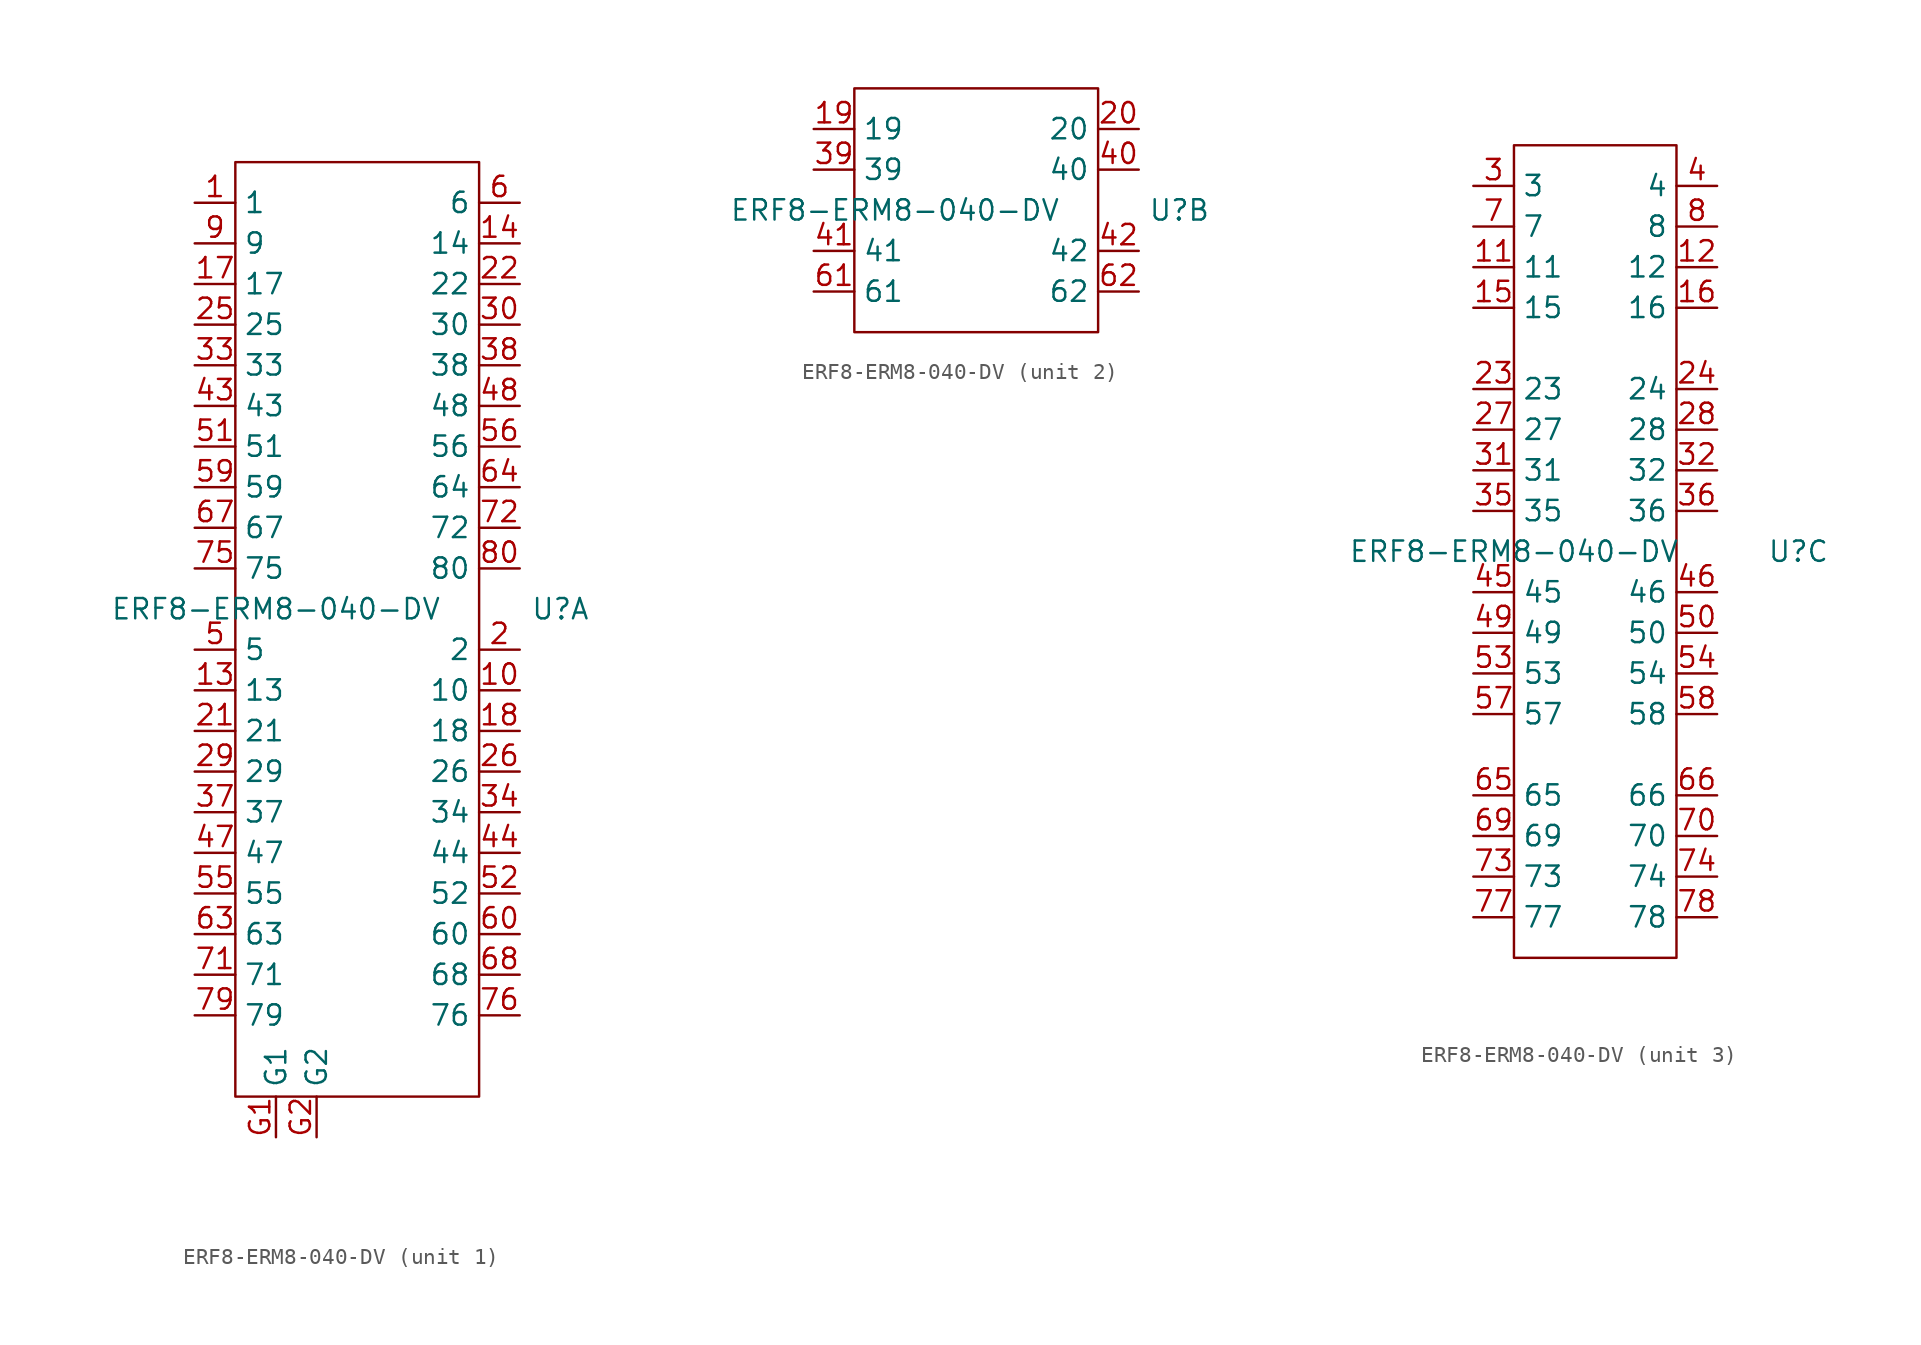
<source format=kicad_sym>
(kicad_symbol_lib
  (version 20241209)
  (generator "kicad_symbol_editor")
  (generator_version "9.0")
  (symbol "ERF8-ERM8-040-DV"
    (property "Reference" "U"
      (at 12.7 0 0)
      (effects (font (size 1.27 1.27))))
    (property "Value" "ERF8-ERM8-040-DV"
      (at -5.08 0 0)
      (effects (font (size 1.27 1.27))))
    (symbol "ERF8-ERM8-040-DV_1_1"
      (rectangle (start -7.62 27.94) (end 7.62 -30.48) (stroke (width 0) (type default)) (fill (type none)))
      (pin power_in line (at -10.16 25.4 0) (length 2.54) (name "1" (effects (font (size 1.27 1.27)))) (number "1" (effects (font (size 1.27 1.27)))))
      (pin power_in line (at -10.16 22.86 0) (length 2.54) (name "9" (effects (font (size 1.27 1.27)))) (number "9" (effects (font (size 1.27 1.27)))))
      (pin power_in line (at -10.16 20.32 0) (length 2.54) (name "17" (effects (font (size 1.27 1.27)))) (number "17" (effects (font (size 1.27 1.27)))))
      (pin power_in line (at -10.16 17.78 0) (length 2.54) (name "25" (effects (font (size 1.27 1.27)))) (number "25" (effects (font (size 1.27 1.27)))))
      (pin power_in line (at -10.16 15.24 0) (length 2.54) (name "33" (effects (font (size 1.27 1.27)))) (number "33" (effects (font (size 1.27 1.27)))))
      (pin power_in line (at -10.16 12.7 0) (length 2.54) (name "43" (effects (font (size 1.27 1.27)))) (number "43" (effects (font (size 1.27 1.27)))))
      (pin power_in line (at -10.16 10.16 0) (length 2.54) (name "51" (effects (font (size 1.27 1.27)))) (number "51" (effects (font (size 1.27 1.27)))))
      (pin power_in line (at -10.16 7.62 0) (length 2.54) (name "59" (effects (font (size 1.27 1.27)))) (number "59" (effects (font (size 1.27 1.27)))))
      (pin power_in line (at -10.16 5.08 0) (length 2.54) (name "67" (effects (font (size 1.27 1.27)))) (number "67" (effects (font (size 1.27 1.27)))))
      (pin power_in line (at -10.16 2.54 0) (length 2.54) (name "75" (effects (font (size 1.27 1.27)))) (number "75" (effects (font (size 1.27 1.27)))))
      (pin power_in line (at -10.16 -2.54 0) (length 2.54) (name "5" (effects (font (size 1.27 1.27)))) (number "5" (effects (font (size 1.27 1.27)))))
      (pin power_in line (at -10.16 -5.08 0) (length 2.54) (name "13" (effects (font (size 1.27 1.27)))) (number "13" (effects (font (size 1.27 1.27)))))
      (pin power_in line (at -10.16 -7.62 0) (length 2.54) (name "21" (effects (font (size 1.27 1.27)))) (number "21" (effects (font (size 1.27 1.27)))))
      (pin power_in line (at -10.16 -10.16 0) (length 2.54) (name "29" (effects (font (size 1.27 1.27)))) (number "29" (effects (font (size 1.27 1.27)))))
      (pin power_in line (at -10.16 -12.7 0) (length 2.54) (name "37" (effects (font (size 1.27 1.27)))) (number "37" (effects (font (size 1.27 1.27)))))
      (pin power_in line (at -10.16 -15.24 0) (length 2.54) (name "47" (effects (font (size 1.27 1.27)))) (number "47" (effects (font (size 1.27 1.27)))))
      (pin power_in line (at -10.16 -17.78 0) (length 2.54) (name "55" (effects (font (size 1.27 1.27)))) (number "55" (effects (font (size 1.27 1.27)))))
      (pin power_in line (at -10.16 -20.32 0) (length 2.54) (name "63" (effects (font (size 1.27 1.27)))) (number "63" (effects (font (size 1.27 1.27)))))
      (pin power_in line (at -10.16 -22.86 0) (length 2.54) (name "71" (effects (font (size 1.27 1.27)))) (number "71" (effects (font (size 1.27 1.27)))))
      (pin power_in line (at -10.16 -25.4 0) (length 2.54) (name "79" (effects (font (size 1.27 1.27)))) (number "79" (effects (font (size 1.27 1.27)))))
      (pin unspecified line (at -5.08 -33.02 90) (length 2.54) (name "G1" (effects (font (size 1.27 1.27)))) (number "G1" (effects (font (size 1.27 1.27)))))
      (pin unspecified line (at -2.54 -33.02 90) (length 2.54) (name "G2" (effects (font (size 1.27 1.27)))) (number "G2" (effects (font (size 1.27 1.27)))))
      (pin power_in line (at 10.16 25.4 180) (length 2.54) (name "6" (effects (font (size 1.27 1.27)))) (number "6" (effects (font (size 1.27 1.27)))))
      (pin power_in line (at 10.16 22.86 180) (length 2.54) (name "14" (effects (font (size 1.27 1.27)))) (number "14" (effects (font (size 1.27 1.27)))))
      (pin power_in line (at 10.16 20.32 180) (length 2.54) (name "22" (effects (font (size 1.27 1.27)))) (number "22" (effects (font (size 1.27 1.27)))))
      (pin power_in line (at 10.16 17.78 180) (length 2.54) (name "30" (effects (font (size 1.27 1.27)))) (number "30" (effects (font (size 1.27 1.27)))))
      (pin power_in line (at 10.16 15.24 180) (length 2.54) (name "38" (effects (font (size 1.27 1.27)))) (number "38" (effects (font (size 1.27 1.27)))))
      (pin power_in line (at 10.16 12.7 180) (length 2.54) (name "48" (effects (font (size 1.27 1.27)))) (number "48" (effects (font (size 1.27 1.27)))))
      (pin power_in line (at 10.16 10.16 180) (length 2.54) (name "56" (effects (font (size 1.27 1.27)))) (number "56" (effects (font (size 1.27 1.27)))))
      (pin power_in line (at 10.16 7.62 180) (length 2.54) (name "64" (effects (font (size 1.27 1.27)))) (number "64" (effects (font (size 1.27 1.27)))))
      (pin power_in line (at 10.16 5.08 180) (length 2.54) (name "72" (effects (font (size 1.27 1.27)))) (number "72" (effects (font (size 1.27 1.27)))))
      (pin power_in line (at 10.16 2.54 180) (length 2.54) (name "80" (effects (font (size 1.27 1.27)))) (number "80" (effects (font (size 1.27 1.27)))))
      (pin power_in line (at 10.16 -2.54 180) (length 2.54) (name "2" (effects (font (size 1.27 1.27)))) (number "2" (effects (font (size 1.27 1.27)))))
      (pin power_in line (at 10.16 -5.08 180) (length 2.54) (name "10" (effects (font (size 1.27 1.27)))) (number "10" (effects (font (size 1.27 1.27)))))
      (pin power_in line (at 10.16 -7.62 180) (length 2.54) (name "18" (effects (font (size 1.27 1.27)))) (number "18" (effects (font (size 1.27 1.27)))))
      (pin power_in line (at 10.16 -10.16 180) (length 2.54) (name "26" (effects (font (size 1.27 1.27)))) (number "26" (effects (font (size 1.27 1.27)))))
      (pin power_in line (at 10.16 -12.7 180) (length 2.54) (name "34" (effects (font (size 1.27 1.27)))) (number "34" (effects (font (size 1.27 1.27)))))
      (pin power_in line (at 10.16 -15.24 180) (length 2.54) (name "44" (effects (font (size 1.27 1.27)))) (number "44" (effects (font (size 1.27 1.27)))))
      (pin power_in line (at 10.16 -17.78 180) (length 2.54) (name "52" (effects (font (size 1.27 1.27)))) (number "52" (effects (font (size 1.27 1.27)))))
      (pin power_in line (at 10.16 -20.32 180) (length 2.54) (name "60" (effects (font (size 1.27 1.27)))) (number "60" (effects (font (size 1.27 1.27)))))
      (pin power_in line (at 10.16 -22.86 180) (length 2.54) (name "68" (effects (font (size 1.27 1.27)))) (number "68" (effects (font (size 1.27 1.27)))))
      (pin power_in line (at 10.16 -25.4 180) (length 2.54) (name "76" (effects (font (size 1.27 1.27)))) (number "76" (effects (font (size 1.27 1.27))))))
    (symbol "ERF8-ERM8-040-DV_2_1"
      (rectangle (start -7.62 7.62) (end 7.62 -7.62) (stroke (width 0) (type default)) (fill (type none)))
      (pin unspecified line (at -10.16 5.08 0) (length 2.54) (name "19" (effects (font (size 1.27 1.27)))) (number "19" (effects (font (size 1.27 1.27)))))
      (pin unspecified line (at -10.16 2.54 0) (length 2.54) (name "39" (effects (font (size 1.27 1.27)))) (number "39" (effects (font (size 1.27 1.27)))))
      (pin unspecified line (at -10.16 -2.54 0) (length 2.54) (name "41" (effects (font (size 1.27 1.27)))) (number "41" (effects (font (size 1.27 1.27)))))
      (pin unspecified line (at -10.16 -5.08 0) (length 2.54) (name "61" (effects (font (size 1.27 1.27)))) (number "61" (effects (font (size 1.27 1.27)))))
      (pin unspecified line (at 10.16 5.08 180) (length 2.54) (name "20" (effects (font (size 1.27 1.27)))) (number "20" (effects (font (size 1.27 1.27)))))
      (pin unspecified line (at 10.16 2.54 180) (length 2.54) (name "40" (effects (font (size 1.27 1.27)))) (number "40" (effects (font (size 1.27 1.27)))))
      (pin unspecified line (at 10.16 -2.54 180) (length 2.54) (name "42" (effects (font (size 1.27 1.27)))) (number "42" (effects (font (size 1.27 1.27)))))
      (pin unspecified line (at 10.16 -5.08 180) (length 2.54) (name "62" (effects (font (size 1.27 1.27)))) (number "62" (effects (font (size 1.27 1.27))))))
    (symbol "ERF8-ERM8-040-DV_3_1"
      (rectangle (start -5.08 25.4) (end 5.08 -25.4) (stroke (width 0) (type default)) (fill (type none)))
      (pin unspecified line (at -7.62 22.86 0) (length 2.54) (name "3" (effects (font (size 1.27 1.27)))) (number "3" (effects (font (size 1.27 1.27)))))
      (pin unspecified line (at -7.62 20.32 0) (length 2.54) (name "7" (effects (font (size 1.27 1.27)))) (number "7" (effects (font (size 1.27 1.27)))))
      (pin unspecified line (at -7.62 17.78 0) (length 2.54) (name "11" (effects (font (size 1.27 1.27)))) (number "11" (effects (font (size 1.27 1.27)))))
      (pin unspecified line (at -7.62 15.24 0) (length 2.54) (name "15" (effects (font (size 1.27 1.27)))) (number "15" (effects (font (size 1.27 1.27)))))
      (pin unspecified line (at -7.62 10.16 0) (length 2.54) (name "23" (effects (font (size 1.27 1.27)))) (number "23" (effects (font (size 1.27 1.27)))))
      (pin unspecified line (at -7.62 7.62 0) (length 2.54) (name "27" (effects (font (size 1.27 1.27)))) (number "27" (effects (font (size 1.27 1.27)))))
      (pin unspecified line (at -7.62 5.08 0) (length 2.54) (name "31" (effects (font (size 1.27 1.27)))) (number "31" (effects (font (size 1.27 1.27)))))
      (pin unspecified line (at -7.62 2.54 0) (length 2.54) (name "35" (effects (font (size 1.27 1.27)))) (number "35" (effects (font (size 1.27 1.27)))))
      (pin unspecified line (at -7.62 -2.54 0) (length 2.54) (name "45" (effects (font (size 1.27 1.27)))) (number "45" (effects (font (size 1.27 1.27)))))
      (pin unspecified line (at -7.62 -5.08 0) (length 2.54) (name "49" (effects (font (size 1.27 1.27)))) (number "49" (effects (font (size 1.27 1.27)))))
      (pin unspecified line (at -7.62 -7.62 0) (length 2.54) (name "53" (effects (font (size 1.27 1.27)))) (number "53" (effects (font (size 1.27 1.27)))))
      (pin unspecified line (at -7.62 -10.16 0) (length 2.54) (name "57" (effects (font (size 1.27 1.27)))) (number "57" (effects (font (size 1.27 1.27)))))
      (pin unspecified line (at -7.62 -15.24 0) (length 2.54) (name "65" (effects (font (size 1.27 1.27)))) (number "65" (effects (font (size 1.27 1.27)))))
      (pin unspecified line (at -7.62 -17.78 0) (length 2.54) (name "69" (effects (font (size 1.27 1.27)))) (number "69" (effects (font (size 1.27 1.27)))))
      (pin unspecified line (at -7.62 -20.32 0) (length 2.54) (name "73" (effects (font (size 1.27 1.27)))) (number "73" (effects (font (size 1.27 1.27)))))
      (pin unspecified line (at -7.62 -22.86 0) (length 2.54) (name "77" (effects (font (size 1.27 1.27)))) (number "77" (effects (font (size 1.27 1.27)))))
      (pin unspecified line (at 7.62 22.86 180) (length 2.54) (name "4" (effects (font (size 1.27 1.27)))) (number "4" (effects (font (size 1.27 1.27)))))
      (pin unspecified line (at 7.62 20.32 180) (length 2.54) (name "8" (effects (font (size 1.27 1.27)))) (number "8" (effects (font (size 1.27 1.27)))))
      (pin unspecified line (at 7.62 17.78 180) (length 2.54) (name "12" (effects (font (size 1.27 1.27)))) (number "12" (effects (font (size 1.27 1.27)))))
      (pin unspecified line (at 7.62 15.24 180) (length 2.54) (name "16" (effects (font (size 1.27 1.27)))) (number "16" (effects (font (size 1.27 1.27)))))
      (pin unspecified line (at 7.62 10.16 180) (length 2.54) (name "24" (effects (font (size 1.27 1.27)))) (number "24" (effects (font (size 1.27 1.27)))))
      (pin unspecified line (at 7.62 7.62 180) (length 2.54) (name "28" (effects (font (size 1.27 1.27)))) (number "28" (effects (font (size 1.27 1.27)))))
      (pin unspecified line (at 7.62 5.08 180) (length 2.54) (name "32" (effects (font (size 1.27 1.27)))) (number "32" (effects (font (size 1.27 1.27)))))
      (pin unspecified line (at 7.62 2.54 180) (length 2.54) (name "36" (effects (font (size 1.27 1.27)))) (number "36" (effects (font (size 1.27 1.27)))))
      (pin unspecified line (at 7.62 -2.54 180) (length 2.54) (name "46" (effects (font (size 1.27 1.27)))) (number "46" (effects (font (size 1.27 1.27)))))
      (pin unspecified line (at 7.62 -5.08 180) (length 2.54) (name "50" (effects (font (size 1.27 1.27)))) (number "50" (effects (font (size 1.27 1.27)))))
      (pin unspecified line (at 7.62 -7.62 180) (length 2.54) (name "54" (effects (font (size 1.27 1.27)))) (number "54" (effects (font (size 1.27 1.27)))))
      (pin unspecified line (at 7.62 -10.16 180) (length 2.54) (name "58" (effects (font (size 1.27 1.27)))) (number "58" (effects (font (size 1.27 1.27)))))
      (pin unspecified line (at 7.62 -15.24 180) (length 2.54) (name "66" (effects (font (size 1.27 1.27)))) (number "66" (effects (font (size 1.27 1.27)))))
      (pin unspecified line (at 7.62 -17.78 180) (length 2.54) (name "70" (effects (font (size 1.27 1.27)))) (number "70" (effects (font (size 1.27 1.27)))))
      (pin unspecified line (at 7.62 -20.32 180) (length 2.54) (name "74" (effects (font (size 1.27 1.27)))) (number "74" (effects (font (size 1.27 1.27)))))
      (pin unspecified line (at 7.62 -22.86 180) (length 2.54) (name "78" (effects (font (size 1.27 1.27)))) (number "78" (effects (font (size 1.27 1.27))))))))
</source>
